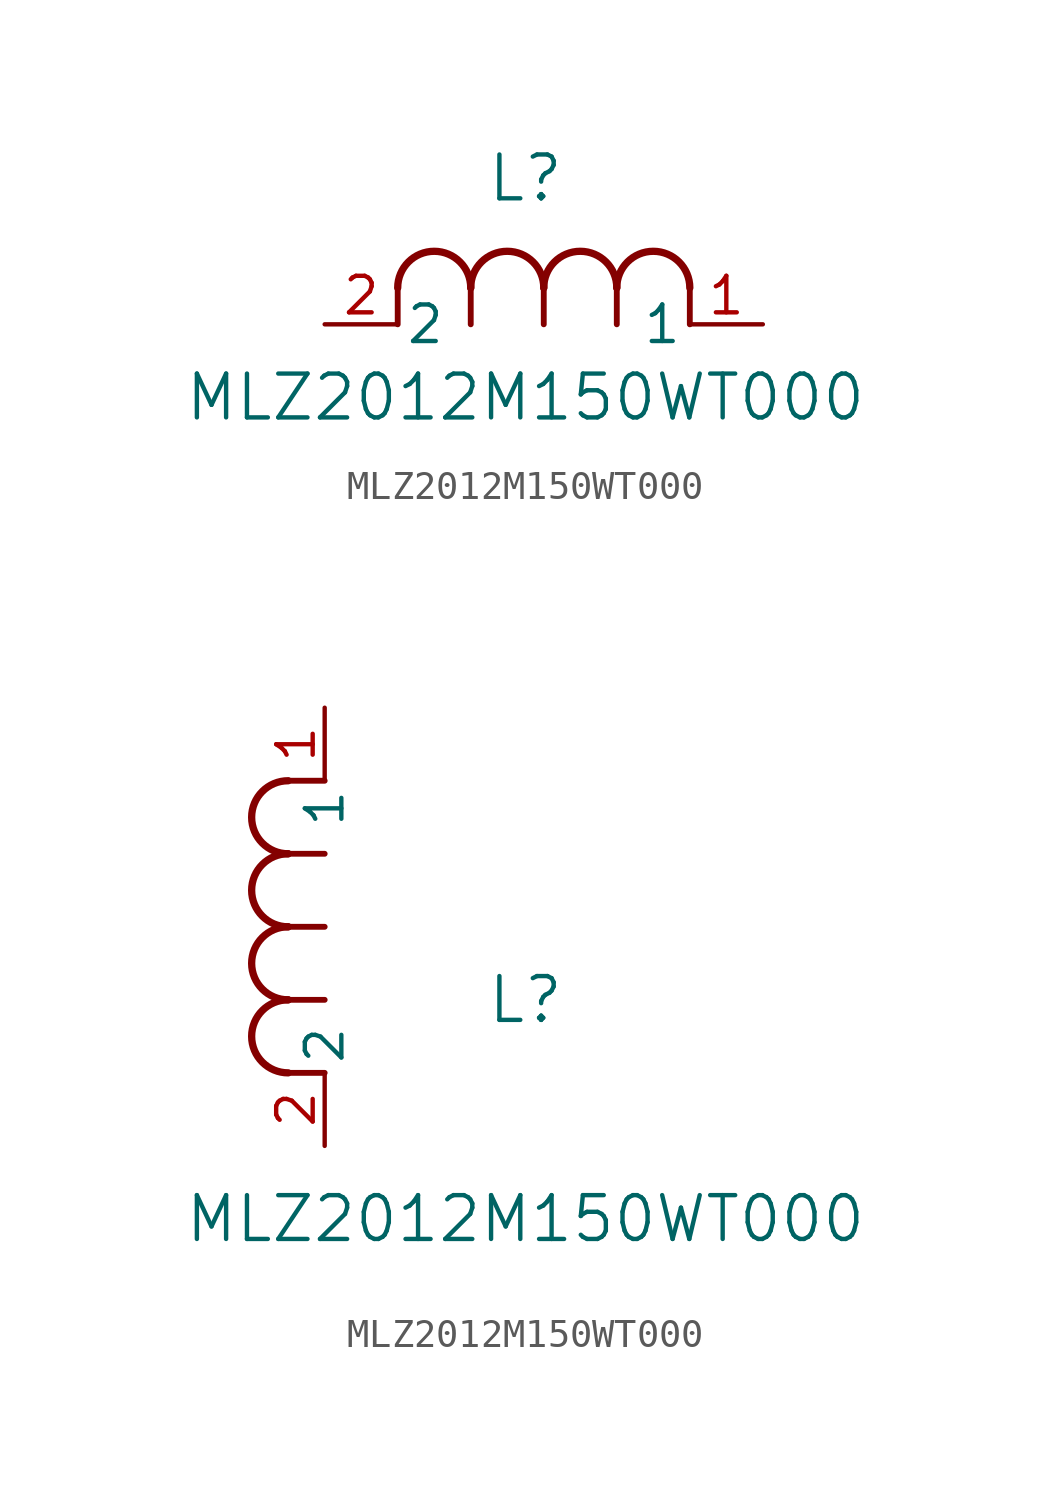
<source format=kicad_sym>
(kicad_symbol_lib
  (version 20211014)
  (generator kicad_symbol_editor)
  (symbol "MLZ2012M150WT000"
    (pin_names
      (offset 0.254))
    (property "Reference" "L"
      (at 6.985 5.08 0)
      (effects (font (size 1.524 1.524))))
    (property "Value" "MLZ2012M150WT000"
      (at 6.985 -2.54 0)
      (effects (font (size 1.524 1.524))))
    (symbol "MLZ2012M150WT000_1_1"
      (arc (start 7.62 1.27) (mid 6.35 2.54) (end 5.08 1.27) (stroke (width 0.254) (type default) (color 0 0 0 0)) (fill (type none)))
      (polyline (pts (xy 5.08 0) (xy 5.08 1.27)) (stroke (width 0.203) (type default) (color 0 0 0 0)) (fill (type none)))
      (polyline (pts (xy 7.62 0) (xy 7.62 1.27)) (stroke (width 0.203) (type default) (color 0 0 0 0)) (fill (type none)))
      (polyline (pts (xy 12.7 0) (xy 12.7 1.27)) (stroke (width 0.203) (type default) (color 0 0 0 0)) (fill (type none)))
      (arc (start 5.08 1.27) (mid 3.81 2.54) (end 2.54 1.27) (stroke (width 0.254) (type default) (color 0 0 0 0)) (fill (type none)))
      (arc (start 10.16 1.27) (mid 8.89 2.54) (end 7.62 1.27) (stroke (width 0.254) (type default) (color 0 0 0 0)) (fill (type none)))
      (arc (start 12.7 1.27) (mid 11.43 2.54) (end 10.16 1.27) (stroke (width 0.254) (type default) (color 0 0 0 0)) (fill (type none)))
      (polyline (pts (xy 2.54 0) (xy 2.54 1.27)) (stroke (width 0.203) (type default) (color 0 0 0 0)) (fill (type none)))
      (polyline (pts (xy 10.16 0) (xy 10.16 1.27)) (stroke (width 0.203) (type default) (color 0 0 0 0)) (fill (type none)))
      (pin unspecified line (at 0 0 0) (length 2.54) (name "2" (effects (font (size 1.27 1.27)))) (number "2" (effects (font (size 1.27 1.27)))))
      (pin unspecified line (at 15.24 0 180) (length 2.54) (name "1" (effects (font (size 1.27 1.27)))) (number "1" (effects (font (size 1.27 1.27))))))
    (symbol "MLZ2012M150WT000_1_2"
      (arc (start -1.27 7.62) (mid -2.54 6.35) (end -1.27 5.08) (stroke (width 0.254) (type default) (color 0 0 0 0)) (fill (type none)))
      (arc (start -1.27 5.08) (mid -2.54 3.81) (end -1.27 2.54) (stroke (width 0.254) (type default) (color 0 0 0 0)) (fill (type none)))
      (arc (start -1.27 12.7) (mid -2.54 11.43) (end -1.27 10.16) (stroke (width 0.254) (type default) (color 0 0 0 0)) (fill (type none)))
      (arc (start -1.27 10.16) (mid -2.54 8.89) (end -1.27 7.62) (stroke (width 0.254) (type default) (color 0 0 0 0)) (fill (type none)))
      (polyline (pts (xy 0 7.62) (xy -1.27 7.62)) (stroke (width 0.203) (type default) (color 0 0 0 0)) (fill (type none)))
      (polyline (pts (xy 0 5.08) (xy -1.27 5.08)) (stroke (width 0.203) (type default) (color 0 0 0 0)) (fill (type none)))
      (polyline (pts (xy 0 12.7) (xy -1.27 12.7)) (stroke (width 0.203) (type default) (color 0 0 0 0)) (fill (type none)))
      (polyline (pts (xy 0 2.54) (xy -1.27 2.54)) (stroke (width 0.203) (type default) (color 0 0 0 0)) (fill (type none)))
      (polyline (pts (xy 0 10.16) (xy -1.27 10.16)) (stroke (width 0.203) (type default) (color 0 0 0 0)) (fill (type none)))
      (pin unspecified line (at 0 0 90) (length 2.54) (name "2" (effects (font (size 1.27 1.27)))) (number "2" (effects (font (size 1.27 1.27)))))
      (pin unspecified line (at 0 15.24 270) (length 2.54) (name "1" (effects (font (size 1.27 1.27)))) (number "1" (effects (font (size 1.27 1.27))))))))
</source>
